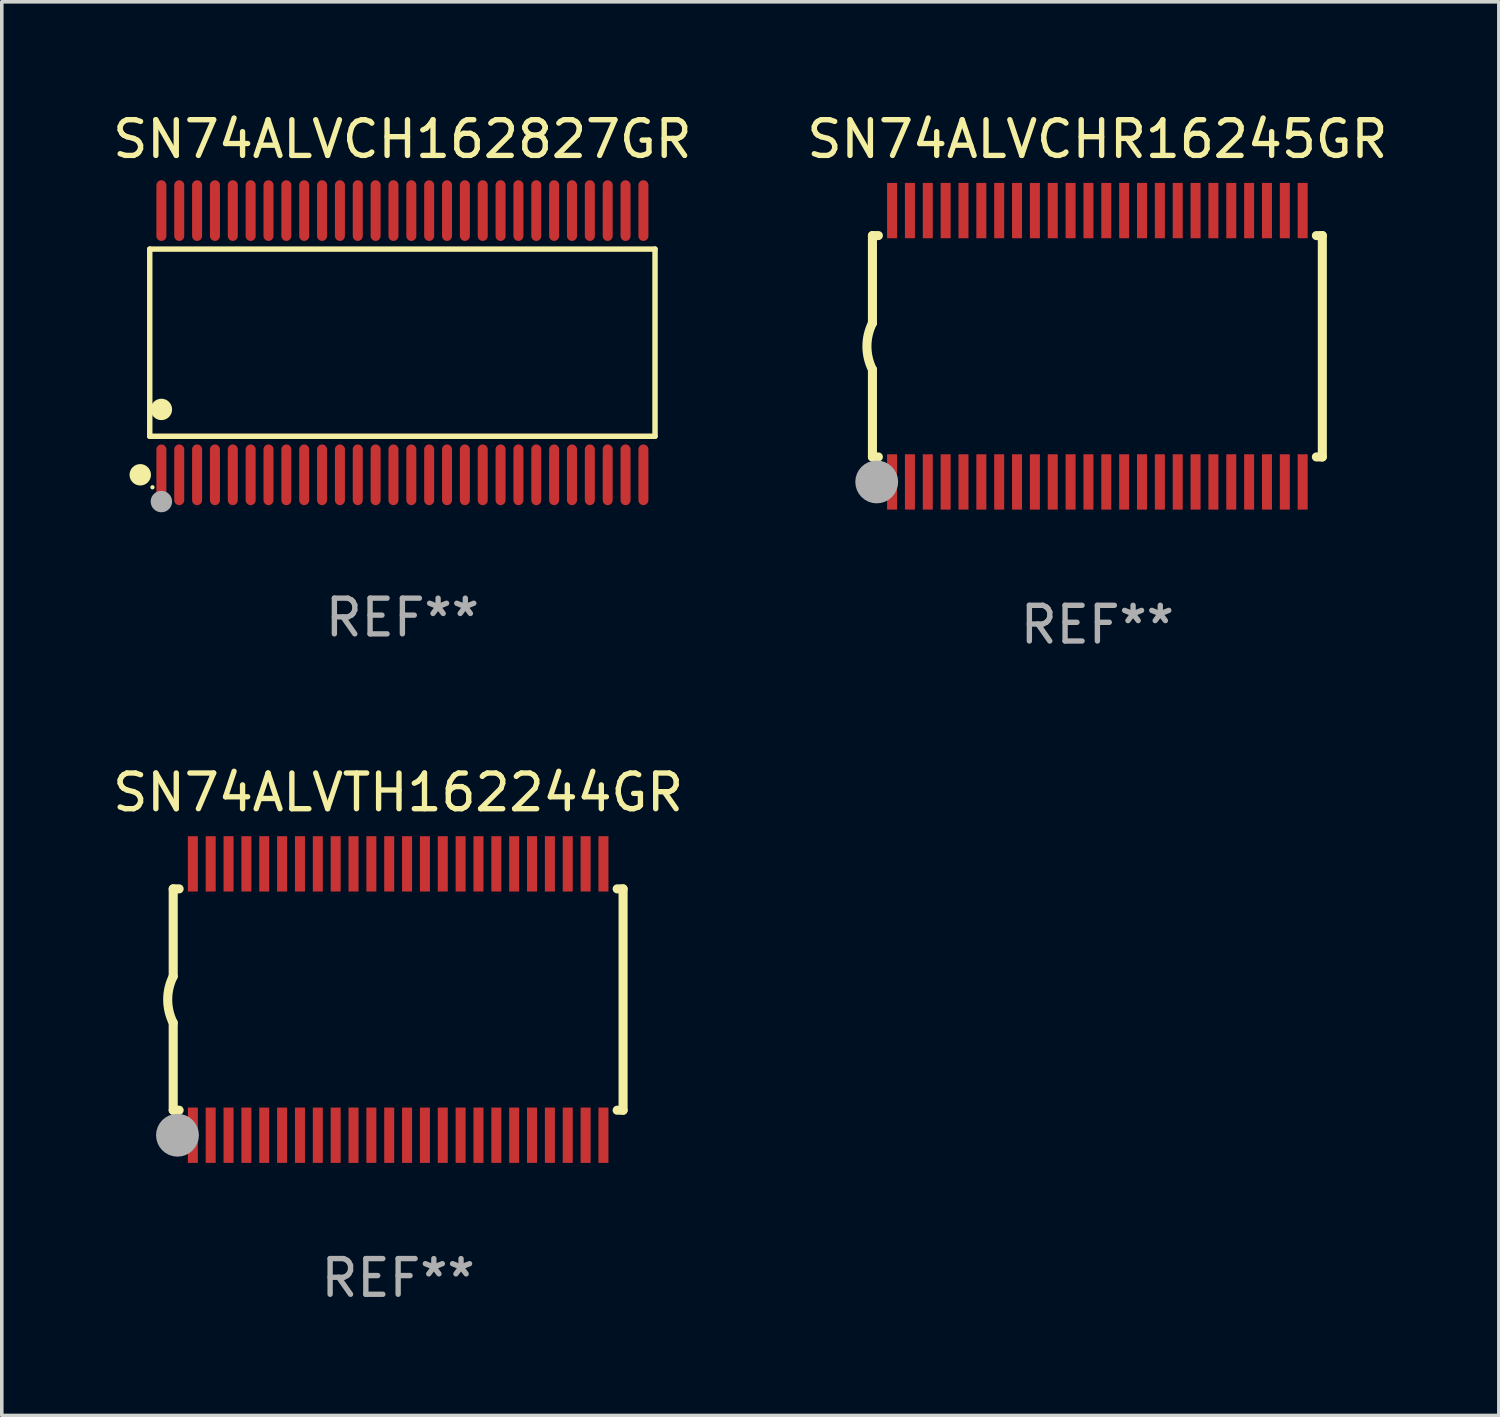
<source format=kicad_pcb>
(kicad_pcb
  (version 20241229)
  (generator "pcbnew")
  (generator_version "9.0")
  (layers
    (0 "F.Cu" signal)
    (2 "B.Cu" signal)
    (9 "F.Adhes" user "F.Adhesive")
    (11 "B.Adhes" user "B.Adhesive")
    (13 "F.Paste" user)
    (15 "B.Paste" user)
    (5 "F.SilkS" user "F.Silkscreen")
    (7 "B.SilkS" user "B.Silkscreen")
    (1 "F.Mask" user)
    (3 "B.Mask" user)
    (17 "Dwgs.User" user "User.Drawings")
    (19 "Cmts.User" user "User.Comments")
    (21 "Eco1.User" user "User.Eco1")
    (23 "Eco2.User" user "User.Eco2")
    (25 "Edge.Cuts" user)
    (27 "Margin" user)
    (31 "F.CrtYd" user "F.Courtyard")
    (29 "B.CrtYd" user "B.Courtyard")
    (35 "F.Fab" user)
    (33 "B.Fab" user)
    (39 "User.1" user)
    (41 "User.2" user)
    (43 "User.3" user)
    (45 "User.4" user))
  (footprint "SN74ALVCH162827GR"
    (layer "F.Cu")
    (at 8.22 6.548)
    (property "Reference" "SN74ALVCH162827GR" (at 0 -5.7 0) (layer "F.SilkS") (effects (font (size 1 1) (thickness 0.15))))
    (attr through_hole)
    (fp_line (start -7.076 -2.621) (end 7.076 -2.621) (stroke (width 0.152) (type solid)) (layer "F.SilkS"))
    (fp_line (start -7.076 2.621) (end -7.076 -2.621) (stroke (width 0.152) (type solid)) (layer "F.SilkS"))
    (fp_line (start 7.076 -2.621) (end 7.076 2.621) (stroke (width 0.152) (type solid)) (layer "F.SilkS"))
    (fp_line (start 7.076 2.621) (end -7.076 2.621) (stroke (width 0.152) (type solid)) (layer "F.SilkS"))
    (fp_circle (center -7.342 3.7) (end -7.192 3.7) (stroke (width 0.3) (type solid)) (fill no) (layer "F.SilkS"))
    (fp_circle (center -7 4.05) (end -6.97 4.05) (stroke (width 0.06) (type solid)) (fill no) (layer "F.SilkS"))
    (fp_circle (center -6.75 1.869) (end -6.6 1.869) (stroke (width 0.3) (type solid)) (fill no) (layer "F.SilkS"))
    (fp_circle (center -6.75 4.45) (end -6.6 4.45) (stroke (width 0.3) (type solid)) (fill no) (layer "F.Fab"))
    (fp_text user "REF**" (at 0 7.7 0) (layer "F.Fab") (effects (font (size 1 1) (thickness 0.15))))
    (pad "1" smd oval (at -6.75 3.7) (size 0.28 1.7) (layers "F.Cu" "F.Mask" "F.Paste"))
    (pad "2" smd oval (at -6.25 3.7) (size 0.28 1.7) (layers "F.Cu" "F.Mask" "F.Paste"))
    (pad "3" smd oval (at -5.75 3.7) (size 0.28 1.7) (layers "F.Cu" "F.Mask" "F.Paste"))
    (pad "4" smd oval (at -5.25 3.7) (size 0.28 1.7) (layers "F.Cu" "F.Mask" "F.Paste"))
    (pad "5" smd oval (at -4.75 3.7) (size 0.28 1.7) (layers "F.Cu" "F.Mask" "F.Paste"))
    (pad "6" smd oval (at -4.25 3.7) (size 0.28 1.7) (layers "F.Cu" "F.Mask" "F.Paste"))
    (pad "7" smd oval (at -3.75 3.7) (size 0.28 1.7) (layers "F.Cu" "F.Mask" "F.Paste"))
    (pad "8" smd oval (at -3.25 3.7) (size 0.28 1.7) (layers "F.Cu" "F.Mask" "F.Paste"))
    (pad "9" smd oval (at -2.75 3.7) (size 0.28 1.7) (layers "F.Cu" "F.Mask" "F.Paste"))
    (pad "10" smd oval (at -2.25 3.7) (size 0.28 1.7) (layers "F.Cu" "F.Mask" "F.Paste"))
    (pad "11" smd oval (at -1.75 3.7) (size 0.28 1.7) (layers "F.Cu" "F.Mask" "F.Paste"))
    (pad "12" smd oval (at -1.25 3.7) (size 0.28 1.7) (layers "F.Cu" "F.Mask" "F.Paste"))
    (pad "13" smd oval (at -0.75 3.7) (size 0.28 1.7) (layers "F.Cu" "F.Mask" "F.Paste"))
    (pad "14" smd oval (at -0.25 3.7) (size 0.28 1.7) (layers "F.Cu" "F.Mask" "F.Paste"))
    (pad "15" smd oval (at 0.25 3.7) (size 0.28 1.7) (layers "F.Cu" "F.Mask" "F.Paste"))
    (pad "16" smd oval (at 0.75 3.7) (size 0.28 1.7) (layers "F.Cu" "F.Mask" "F.Paste"))
    (pad "17" smd oval (at 1.25 3.7) (size 0.28 1.7) (layers "F.Cu" "F.Mask" "F.Paste"))
    (pad "18" smd oval (at 1.75 3.7) (size 0.28 1.7) (layers "F.Cu" "F.Mask" "F.Paste"))
    (pad "19" smd oval (at 2.25 3.7) (size 0.28 1.7) (layers "F.Cu" "F.Mask" "F.Paste"))
    (pad "20" smd oval (at 2.75 3.7) (size 0.28 1.7) (layers "F.Cu" "F.Mask" "F.Paste"))
    (pad "21" smd oval (at 3.25 3.7) (size 0.28 1.7) (layers "F.Cu" "F.Mask" "F.Paste"))
    (pad "22" smd oval (at 3.75 3.7) (size 0.28 1.7) (layers "F.Cu" "F.Mask" "F.Paste"))
    (pad "23" smd oval (at 4.25 3.7) (size 0.28 1.7) (layers "F.Cu" "F.Mask" "F.Paste"))
    (pad "24" smd oval (at 4.75 3.7) (size 0.28 1.7) (layers "F.Cu" "F.Mask" "F.Paste"))
    (pad "25" smd oval (at 5.25 3.7) (size 0.28 1.7) (layers "F.Cu" "F.Mask" "F.Paste"))
    (pad "26" smd oval (at 5.75 3.7) (size 0.28 1.7) (layers "F.Cu" "F.Mask" "F.Paste"))
    (pad "27" smd oval (at 6.25 3.7) (size 0.28 1.7) (layers "F.Cu" "F.Mask" "F.Paste"))
    (pad "28" smd oval (at 6.75 3.7) (size 0.28 1.7) (layers "F.Cu" "F.Mask" "F.Paste"))
    (pad "29" smd oval (at 6.75 -3.7) (size 0.28 1.7) (layers "F.Cu" "F.Mask" "F.Paste"))
    (pad "30" smd oval (at 6.25 -3.7) (size 0.28 1.7) (layers "F.Cu" "F.Mask" "F.Paste"))
    (pad "31" smd oval (at 5.75 -3.7) (size 0.28 1.7) (layers "F.Cu" "F.Mask" "F.Paste"))
    (pad "32" smd oval (at 5.25 -3.7) (size 0.28 1.7) (layers "F.Cu" "F.Mask" "F.Paste"))
    (pad "33" smd oval (at 4.75 -3.7) (size 0.28 1.7) (layers "F.Cu" "F.Mask" "F.Paste"))
    (pad "34" smd oval (at 4.25 -3.7) (size 0.28 1.7) (layers "F.Cu" "F.Mask" "F.Paste"))
    (pad "35" smd oval (at 3.75 -3.7) (size 0.28 1.7) (layers "F.Cu" "F.Mask" "F.Paste"))
    (pad "36" smd oval (at 3.25 -3.7) (size 0.28 1.7) (layers "F.Cu" "F.Mask" "F.Paste"))
    (pad "37" smd oval (at 2.75 -3.7) (size 0.28 1.7) (layers "F.Cu" "F.Mask" "F.Paste"))
    (pad "38" smd oval (at 2.25 -3.7) (size 0.28 1.7) (layers "F.Cu" "F.Mask" "F.Paste"))
    (pad "39" smd oval (at 1.75 -3.7) (size 0.28 1.7) (layers "F.Cu" "F.Mask" "F.Paste"))
    (pad "40" smd oval (at 1.25 -3.7) (size 0.28 1.7) (layers "F.Cu" "F.Mask" "F.Paste"))
    (pad "41" smd oval (at 0.75 -3.7) (size 0.28 1.7) (layers "F.Cu" "F.Mask" "F.Paste"))
    (pad "42" smd oval (at 0.25 -3.7) (size 0.28 1.7) (layers "F.Cu" "F.Mask" "F.Paste"))
    (pad "43" smd oval (at -0.25 -3.7) (size 0.28 1.7) (layers "F.Cu" "F.Mask" "F.Paste"))
    (pad "44" smd oval (at -0.75 -3.7) (size 0.28 1.7) (layers "F.Cu" "F.Mask" "F.Paste"))
    (pad "45" smd oval (at -1.25 -3.7) (size 0.28 1.7) (layers "F.Cu" "F.Mask" "F.Paste"))
    (pad "46" smd oval (at -1.75 -3.7) (size 0.28 1.7) (layers "F.Cu" "F.Mask" "F.Paste"))
    (pad "47" smd oval (at -2.25 -3.7) (size 0.28 1.7) (layers "F.Cu" "F.Mask" "F.Paste"))
    (pad "48" smd oval (at -2.75 -3.7) (size 0.28 1.7) (layers "F.Cu" "F.Mask" "F.Paste"))
    (pad "49" smd oval (at -3.25 -3.7) (size 0.28 1.7) (layers "F.Cu" "F.Mask" "F.Paste"))
    (pad "50" smd oval (at -3.75 -3.7) (size 0.28 1.7) (layers "F.Cu" "F.Mask" "F.Paste"))
    (pad "51" smd oval (at -4.25 -3.7) (size 0.28 1.7) (layers "F.Cu" "F.Mask" "F.Paste"))
    (pad "52" smd oval (at -4.75 -3.7) (size 0.28 1.7) (layers "F.Cu" "F.Mask" "F.Paste"))
    (pad "53" smd oval (at -5.25 -3.7) (size 0.28 1.7) (layers "F.Cu" "F.Mask" "F.Paste"))
    (pad "54" smd oval (at -5.75 -3.7) (size 0.28 1.7) (layers "F.Cu" "F.Mask" "F.Paste"))
    (pad "55" smd oval (at -6.25 -3.7) (size 0.28 1.7) (layers "F.Cu" "F.Mask" "F.Paste"))
    (pad "56" smd oval (at -6.75 -3.7) (size 0.28 1.7) (layers "F.Cu" "F.Mask" "F.Paste")))
  (footprint "SN74ALVTH162244GR"
    (layer "F.Cu")
    (at 8.101 24.945)
    (property "Reference" "SN74ALVTH162244GR" (at 0 -5.8 0) (layer "F.SilkS") (effects (font (size 1 1) (thickness 0.15))))
    (attr through_hole)
    (fp_line (start -6.3 -3.1) (end -6.3 -0.65) (stroke (width 0.254) (type solid)) (layer "F.SilkS"))
    (fp_line (start -6.3 -3.1) (end -6.134 -3.1) (stroke (width 0.254) (type solid)) (layer "F.SilkS"))
    (fp_line (start -6.3 3.1) (end -6.3 0.65) (stroke (width 0.254) (type solid)) (layer "F.SilkS"))
    (fp_line (start -6.3 3.1) (end -6.134 3.1) (stroke (width 0.254) (type solid)) (layer "F.SilkS"))
    (fp_line (start 6.134 -3.1) (end 6.3 -3.1) (stroke (width 0.254) (type solid)) (layer "F.SilkS"))
    (fp_line (start 6.134 3.1) (end 6.3 3.1) (stroke (width 0.254) (type solid)) (layer "F.SilkS"))
    (fp_line (start 6.3 -3.1) (end 6.3 3.1) (stroke (width 0.254) (type solid)) (layer "F.SilkS"))
    (fp_arc (start -6.301016 0.650114) (mid -6.45413 -0.000082) (end -6.3 -0.650038) (stroke (width 0.254001) (type solid)) (layer "F.SilkS"))
    (fp_circle (center -6.35 3.81) (end -6.223 3.81) (stroke (width 0.254) (type solid)) (fill no) (layer "F.SilkS"))
    (fp_circle (center -6.25 4.05) (end -6.22 4.05) (stroke (width 0.06) (type solid)) (fill no) (layer "F.SilkS"))
    (fp_circle (center -6.18 3.8) (end -5.88 3.8) (stroke (width 0.6) (type solid)) (fill no) (layer "F.Fab"))
    (fp_text user "REF**" (at 0 7.8 0) (layer "F.Fab") (effects (font (size 1 1) (thickness 0.15))))
    (pad "1" smd rect (at -5.75 3.8) (size 0.28 1.55) (layers "F.Cu" "F.Mask" "F.Paste"))
    (pad "2" smd rect (at -5.25 3.8) (size 0.28 1.55) (layers "F.Cu" "F.Mask" "F.Paste"))
    (pad "3" smd rect (at -4.75 3.8) (size 0.28 1.55) (layers "F.Cu" "F.Mask" "F.Paste"))
    (pad "4" smd rect (at -4.25 3.8) (size 0.28 1.55) (layers "F.Cu" "F.Mask" "F.Paste"))
    (pad "5" smd rect (at -3.75 3.8) (size 0.28 1.55) (layers "F.Cu" "F.Mask" "F.Paste"))
    (pad "6" smd rect (at -3.25 3.8) (size 0.28 1.55) (layers "F.Cu" "F.Mask" "F.Paste"))
    (pad "7" smd rect (at -2.75 3.8) (size 0.28 1.55) (layers "F.Cu" "F.Mask" "F.Paste"))
    (pad "8" smd rect (at -2.25 3.8) (size 0.28 1.55) (layers "F.Cu" "F.Mask" "F.Paste"))
    (pad "9" smd rect (at -1.75 3.8) (size 0.28 1.55) (layers "F.Cu" "F.Mask" "F.Paste"))
    (pad "10" smd rect (at -1.25 3.8) (size 0.28 1.55) (layers "F.Cu" "F.Mask" "F.Paste"))
    (pad "11" smd rect (at -0.75 3.8) (size 0.28 1.55) (layers "F.Cu" "F.Mask" "F.Paste"))
    (pad "12" smd rect (at -0.25 3.8) (size 0.28 1.55) (layers "F.Cu" "F.Mask" "F.Paste"))
    (pad "13" smd rect (at 0.25 3.8) (size 0.28 1.55) (layers "F.Cu" "F.Mask" "F.Paste"))
    (pad "14" smd rect (at 0.75 3.8) (size 0.28 1.55) (layers "F.Cu" "F.Mask" "F.Paste"))
    (pad "15" smd rect (at 1.25 3.8) (size 0.28 1.55) (layers "F.Cu" "F.Mask" "F.Paste"))
    (pad "16" smd rect (at 1.75 3.8) (size 0.28 1.55) (layers "F.Cu" "F.Mask" "F.Paste"))
    (pad "17" smd rect (at 2.25 3.8) (size 0.28 1.55) (layers "F.Cu" "F.Mask" "F.Paste"))
    (pad "18" smd rect (at 2.75 3.8) (size 0.28 1.55) (layers "F.Cu" "F.Mask" "F.Paste"))
    (pad "19" smd rect (at 3.25 3.8) (size 0.28 1.55) (layers "F.Cu" "F.Mask" "F.Paste"))
    (pad "20" smd rect (at 3.75 3.8) (size 0.28 1.55) (layers "F.Cu" "F.Mask" "F.Paste"))
    (pad "21" smd rect (at 4.25 3.8) (size 0.28 1.55) (layers "F.Cu" "F.Mask" "F.Paste"))
    (pad "22" smd rect (at 4.75 3.8) (size 0.28 1.55) (layers "F.Cu" "F.Mask" "F.Paste"))
    (pad "23" smd rect (at 5.25 3.8) (size 0.28 1.55) (layers "F.Cu" "F.Mask" "F.Paste"))
    (pad "24" smd rect (at 5.75 3.8) (size 0.28 1.55) (layers "F.Cu" "F.Mask" "F.Paste"))
    (pad "25" smd rect (at 5.75 -3.8) (size 0.28 1.55) (layers "F.Cu" "F.Mask" "F.Paste"))
    (pad "26" smd rect (at 5.25 -3.8) (size 0.28 1.55) (layers "F.Cu" "F.Mask" "F.Paste"))
    (pad "27" smd rect (at 4.75 -3.8) (size 0.28 1.55) (layers "F.Cu" "F.Mask" "F.Paste"))
    (pad "28" smd rect (at 4.25 -3.8) (size 0.28 1.55) (layers "F.Cu" "F.Mask" "F.Paste"))
    (pad "29" smd rect (at 3.75 -3.8) (size 0.28 1.55) (layers "F.Cu" "F.Mask" "F.Paste"))
    (pad "30" smd rect (at 3.25 -3.8) (size 0.28 1.55) (layers "F.Cu" "F.Mask" "F.Paste"))
    (pad "31" smd rect (at 2.75 -3.8) (size 0.28 1.55) (layers "F.Cu" "F.Mask" "F.Paste"))
    (pad "32" smd rect (at 2.25 -3.8) (size 0.28 1.55) (layers "F.Cu" "F.Mask" "F.Paste"))
    (pad "33" smd rect (at 1.75 -3.8) (size 0.28 1.55) (layers "F.Cu" "F.Mask" "F.Paste"))
    (pad "34" smd rect (at 1.25 -3.8) (size 0.28 1.55) (layers "F.Cu" "F.Mask" "F.Paste"))
    (pad "35" smd rect (at 0.75 -3.8) (size 0.28 1.55) (layers "F.Cu" "F.Mask" "F.Paste"))
    (pad "36" smd rect (at 0.25 -3.8) (size 0.28 1.55) (layers "F.Cu" "F.Mask" "F.Paste"))
    (pad "37" smd rect (at -0.25 -3.8) (size 0.28 1.55) (layers "F.Cu" "F.Mask" "F.Paste"))
    (pad "38" smd rect (at -0.75 -3.8) (size 0.28 1.55) (layers "F.Cu" "F.Mask" "F.Paste"))
    (pad "39" smd rect (at -1.25 -3.8) (size 0.28 1.55) (layers "F.Cu" "F.Mask" "F.Paste"))
    (pad "40" smd rect (at -1.75 -3.8) (size 0.28 1.55) (layers "F.Cu" "F.Mask" "F.Paste"))
    (pad "41" smd rect (at -2.25 -3.8) (size 0.28 1.55) (layers "F.Cu" "F.Mask" "F.Paste"))
    (pad "42" smd rect (at -2.75 -3.8) (size 0.28 1.55) (layers "F.Cu" "F.Mask" "F.Paste"))
    (pad "43" smd rect (at -3.25 -3.8) (size 0.28 1.55) (layers "F.Cu" "F.Mask" "F.Paste"))
    (pad "44" smd rect (at -3.75 -3.8) (size 0.28 1.55) (layers "F.Cu" "F.Mask" "F.Paste"))
    (pad "45" smd rect (at -4.25 -3.8) (size 0.28 1.55) (layers "F.Cu" "F.Mask" "F.Paste"))
    (pad "46" smd rect (at -4.75 -3.8) (size 0.28 1.55) (layers "F.Cu" "F.Mask" "F.Paste"))
    (pad "47" smd rect (at -5.25 -3.8) (size 0.28 1.55) (layers "F.Cu" "F.Mask" "F.Paste"))
    (pad "48" smd rect (at -5.75 -3.8) (size 0.28 1.55) (layers "F.Cu" "F.Mask" "F.Paste")))
  (footprint "SN74ALVCHR16245GR"
    (layer "F.Cu")
    (at 27.685 6.648)
    (property "Reference" "SN74ALVCHR16245GR" (at 0 -5.8 0) (layer "F.SilkS") (effects (font (size 1 1) (thickness 0.15))))
    (attr through_hole)
    (fp_line (start -6.3 -3.1) (end -6.3 -0.65) (stroke (width 0.254) (type solid)) (layer "F.SilkS"))
    (fp_line (start -6.3 -3.1) (end -6.134 -3.1) (stroke (width 0.254) (type solid)) (layer "F.SilkS"))
    (fp_line (start -6.3 3.1) (end -6.3 0.65) (stroke (width 0.254) (type solid)) (layer "F.SilkS"))
    (fp_line (start -6.3 3.1) (end -6.134 3.1) (stroke (width 0.254) (type solid)) (layer "F.SilkS"))
    (fp_line (start 6.134 -3.1) (end 6.3 -3.1) (stroke (width 0.254) (type solid)) (layer "F.SilkS"))
    (fp_line (start 6.134 3.1) (end 6.3 3.1) (stroke (width 0.254) (type solid)) (layer "F.SilkS"))
    (fp_line (start 6.3 -3.1) (end 6.3 3.1) (stroke (width 0.254) (type solid)) (layer "F.SilkS"))
    (fp_arc (start -6.301016 0.650114) (mid -6.45413 -0.000082) (end -6.3 -0.650038) (stroke (width 0.254001) (type solid)) (layer "F.SilkS"))
    (fp_circle (center -6.35 3.81) (end -6.223 3.81) (stroke (width 0.254) (type solid)) (fill no) (layer "F.SilkS"))
    (fp_circle (center -6.25 4.05) (end -6.22 4.05) (stroke (width 0.06) (type solid)) (fill no) (layer "F.SilkS"))
    (fp_circle (center -6.18 3.8) (end -5.88 3.8) (stroke (width 0.6) (type solid)) (fill no) (layer "F.Fab"))
    (fp_text user "REF**" (at 0 7.8 0) (layer "F.Fab") (effects (font (size 1 1) (thickness 0.15))))
    (pad "1" smd rect (at -5.75 3.8) (size 0.28 1.55) (layers "F.Cu" "F.Mask" "F.Paste"))
    (pad "2" smd rect (at -5.25 3.8) (size 0.28 1.55) (layers "F.Cu" "F.Mask" "F.Paste"))
    (pad "3" smd rect (at -4.75 3.8) (size 0.28 1.55) (layers "F.Cu" "F.Mask" "F.Paste"))
    (pad "4" smd rect (at -4.25 3.8) (size 0.28 1.55) (layers "F.Cu" "F.Mask" "F.Paste"))
    (pad "5" smd rect (at -3.75 3.8) (size 0.28 1.55) (layers "F.Cu" "F.Mask" "F.Paste"))
    (pad "6" smd rect (at -3.25 3.8) (size 0.28 1.55) (layers "F.Cu" "F.Mask" "F.Paste"))
    (pad "7" smd rect (at -2.75 3.8) (size 0.28 1.55) (layers "F.Cu" "F.Mask" "F.Paste"))
    (pad "8" smd rect (at -2.25 3.8) (size 0.28 1.55) (layers "F.Cu" "F.Mask" "F.Paste"))
    (pad "9" smd rect (at -1.75 3.8) (size 0.28 1.55) (layers "F.Cu" "F.Mask" "F.Paste"))
    (pad "10" smd rect (at -1.25 3.8) (size 0.28 1.55) (layers "F.Cu" "F.Mask" "F.Paste"))
    (pad "11" smd rect (at -0.75 3.8) (size 0.28 1.55) (layers "F.Cu" "F.Mask" "F.Paste"))
    (pad "12" smd rect (at -0.25 3.8) (size 0.28 1.55) (layers "F.Cu" "F.Mask" "F.Paste"))
    (pad "13" smd rect (at 0.25 3.8) (size 0.28 1.55) (layers "F.Cu" "F.Mask" "F.Paste"))
    (pad "14" smd rect (at 0.75 3.8) (size 0.28 1.55) (layers "F.Cu" "F.Mask" "F.Paste"))
    (pad "15" smd rect (at 1.25 3.8) (size 0.28 1.55) (layers "F.Cu" "F.Mask" "F.Paste"))
    (pad "16" smd rect (at 1.75 3.8) (size 0.28 1.55) (layers "F.Cu" "F.Mask" "F.Paste"))
    (pad "17" smd rect (at 2.25 3.8) (size 0.28 1.55) (layers "F.Cu" "F.Mask" "F.Paste"))
    (pad "18" smd rect (at 2.75 3.8) (size 0.28 1.55) (layers "F.Cu" "F.Mask" "F.Paste"))
    (pad "19" smd rect (at 3.25 3.8) (size 0.28 1.55) (layers "F.Cu" "F.Mask" "F.Paste"))
    (pad "20" smd rect (at 3.75 3.8) (size 0.28 1.55) (layers "F.Cu" "F.Mask" "F.Paste"))
    (pad "21" smd rect (at 4.25 3.8) (size 0.28 1.55) (layers "F.Cu" "F.Mask" "F.Paste"))
    (pad "22" smd rect (at 4.75 3.8) (size 0.28 1.55) (layers "F.Cu" "F.Mask" "F.Paste"))
    (pad "23" smd rect (at 5.25 3.8) (size 0.28 1.55) (layers "F.Cu" "F.Mask" "F.Paste"))
    (pad "24" smd rect (at 5.75 3.8) (size 0.28 1.55) (layers "F.Cu" "F.Mask" "F.Paste"))
    (pad "25" smd rect (at 5.75 -3.8) (size 0.28 1.55) (layers "F.Cu" "F.Mask" "F.Paste"))
    (pad "26" smd rect (at 5.25 -3.8) (size 0.28 1.55) (layers "F.Cu" "F.Mask" "F.Paste"))
    (pad "27" smd rect (at 4.75 -3.8) (size 0.28 1.55) (layers "F.Cu" "F.Mask" "F.Paste"))
    (pad "28" smd rect (at 4.25 -3.8) (size 0.28 1.55) (layers "F.Cu" "F.Mask" "F.Paste"))
    (pad "29" smd rect (at 3.75 -3.8) (size 0.28 1.55) (layers "F.Cu" "F.Mask" "F.Paste"))
    (pad "30" smd rect (at 3.25 -3.8) (size 0.28 1.55) (layers "F.Cu" "F.Mask" "F.Paste"))
    (pad "31" smd rect (at 2.75 -3.8) (size 0.28 1.55) (layers "F.Cu" "F.Mask" "F.Paste"))
    (pad "32" smd rect (at 2.25 -3.8) (size 0.28 1.55) (layers "F.Cu" "F.Mask" "F.Paste"))
    (pad "33" smd rect (at 1.75 -3.8) (size 0.28 1.55) (layers "F.Cu" "F.Mask" "F.Paste"))
    (pad "34" smd rect (at 1.25 -3.8) (size 0.28 1.55) (layers "F.Cu" "F.Mask" "F.Paste"))
    (pad "35" smd rect (at 0.75 -3.8) (size 0.28 1.55) (layers "F.Cu" "F.Mask" "F.Paste"))
    (pad "36" smd rect (at 0.25 -3.8) (size 0.28 1.55) (layers "F.Cu" "F.Mask" "F.Paste"))
    (pad "37" smd rect (at -0.25 -3.8) (size 0.28 1.55) (layers "F.Cu" "F.Mask" "F.Paste"))
    (pad "38" smd rect (at -0.75 -3.8) (size 0.28 1.55) (layers "F.Cu" "F.Mask" "F.Paste"))
    (pad "39" smd rect (at -1.25 -3.8) (size 0.28 1.55) (layers "F.Cu" "F.Mask" "F.Paste"))
    (pad "40" smd rect (at -1.75 -3.8) (size 0.28 1.55) (layers "F.Cu" "F.Mask" "F.Paste"))
    (pad "41" smd rect (at -2.25 -3.8) (size 0.28 1.55) (layers "F.Cu" "F.Mask" "F.Paste"))
    (pad "42" smd rect (at -2.75 -3.8) (size 0.28 1.55) (layers "F.Cu" "F.Mask" "F.Paste"))
    (pad "43" smd rect (at -3.25 -3.8) (size 0.28 1.55) (layers "F.Cu" "F.Mask" "F.Paste"))
    (pad "44" smd rect (at -3.75 -3.8) (size 0.28 1.55) (layers "F.Cu" "F.Mask" "F.Paste"))
    (pad "45" smd rect (at -4.25 -3.8) (size 0.28 1.55) (layers "F.Cu" "F.Mask" "F.Paste"))
    (pad "46" smd rect (at -4.75 -3.8) (size 0.28 1.55) (layers "F.Cu" "F.Mask" "F.Paste"))
    (pad "47" smd rect (at -5.25 -3.8) (size 0.28 1.55) (layers "F.Cu" "F.Mask" "F.Paste"))
    (pad "48" smd rect (at -5.75 -3.8) (size 0.28 1.55) (layers "F.Cu" "F.Mask" "F.Paste")))
  (gr_rect
    (start -3 -3)
    (end 38.929 36.593)
    (stroke (width 0.1) (type default))
    (fill no)
    (layer "Edge.Cuts")))
</source>
